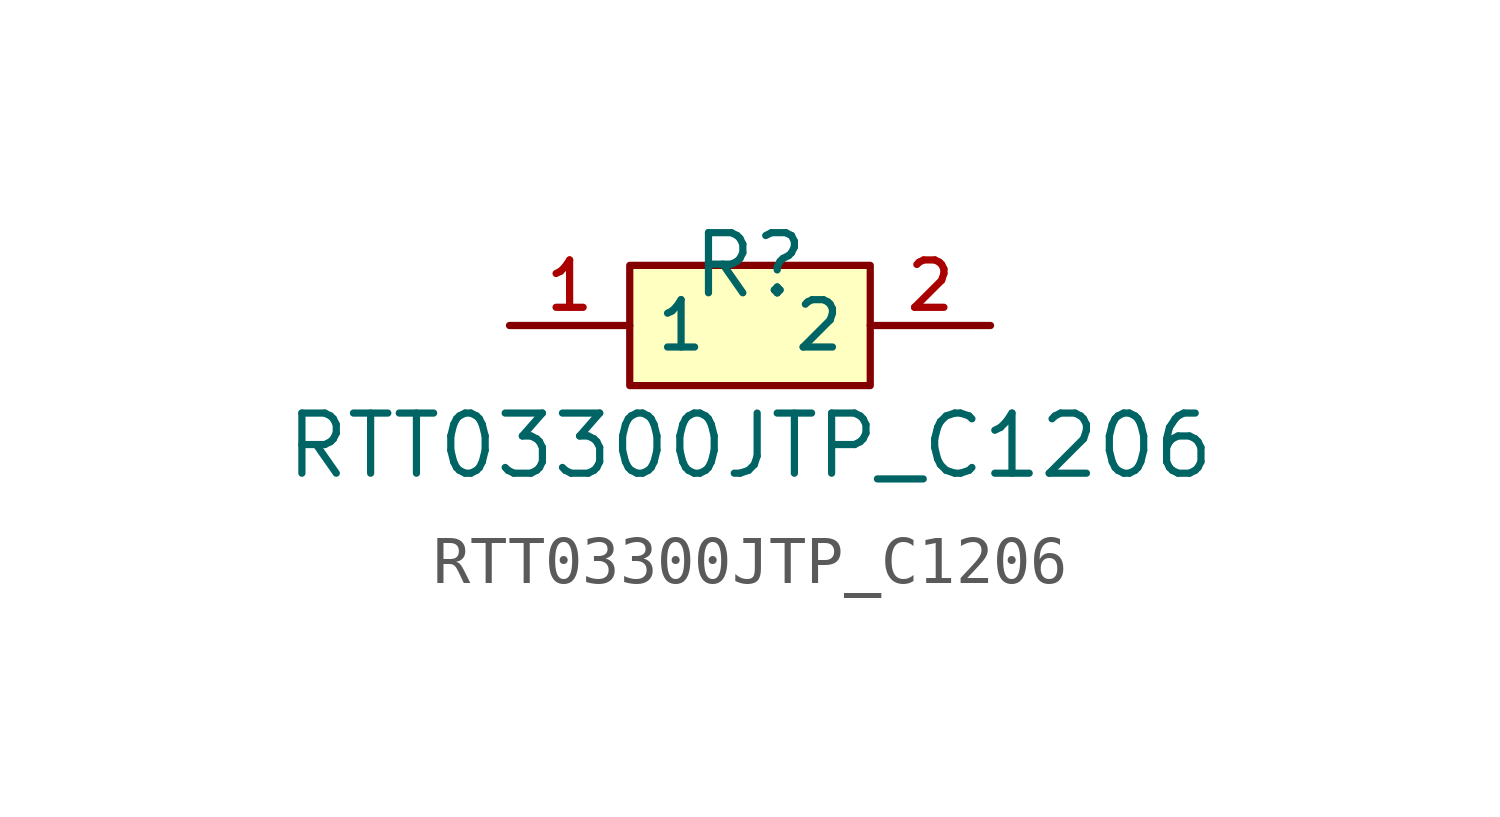
<source format=kicad_sym>
(kicad_symbol_lib
  (version 20210201)
  (generator TousstNicolas/JLC2KiCad_lib)
  (symbol "RTT03300JTP_C1206"
    (property "Reference" "R"
      (at 0 1.27 0)
      (effects (font (size 1.27 1.27))))
    (property "Value" "RTT03300JTP_C1206"
      (at 0 -2.54 0)
      (effects (font (size 1.27 1.27))))
    (symbol "RTT03300JTP_C1206_0_1"
      (pin unspecified line (at -5.08 -0.0 0) (length 2.54) (name "1" (effects (font (size 1 1)))) (number "1" (effects (font (size 1 1)))))
      (pin unspecified line (at 5.08 -0.0 180) (length 2.54) (name "2" (effects (font (size 1 1)))) (number "2" (effects (font (size 1 1)))))
      (rectangle (start -2.54 1.27) (end 2.54 -1.27) (stroke (width 0) (type default) (color 0 0 0 0)) (fill (type background))))))
</source>
